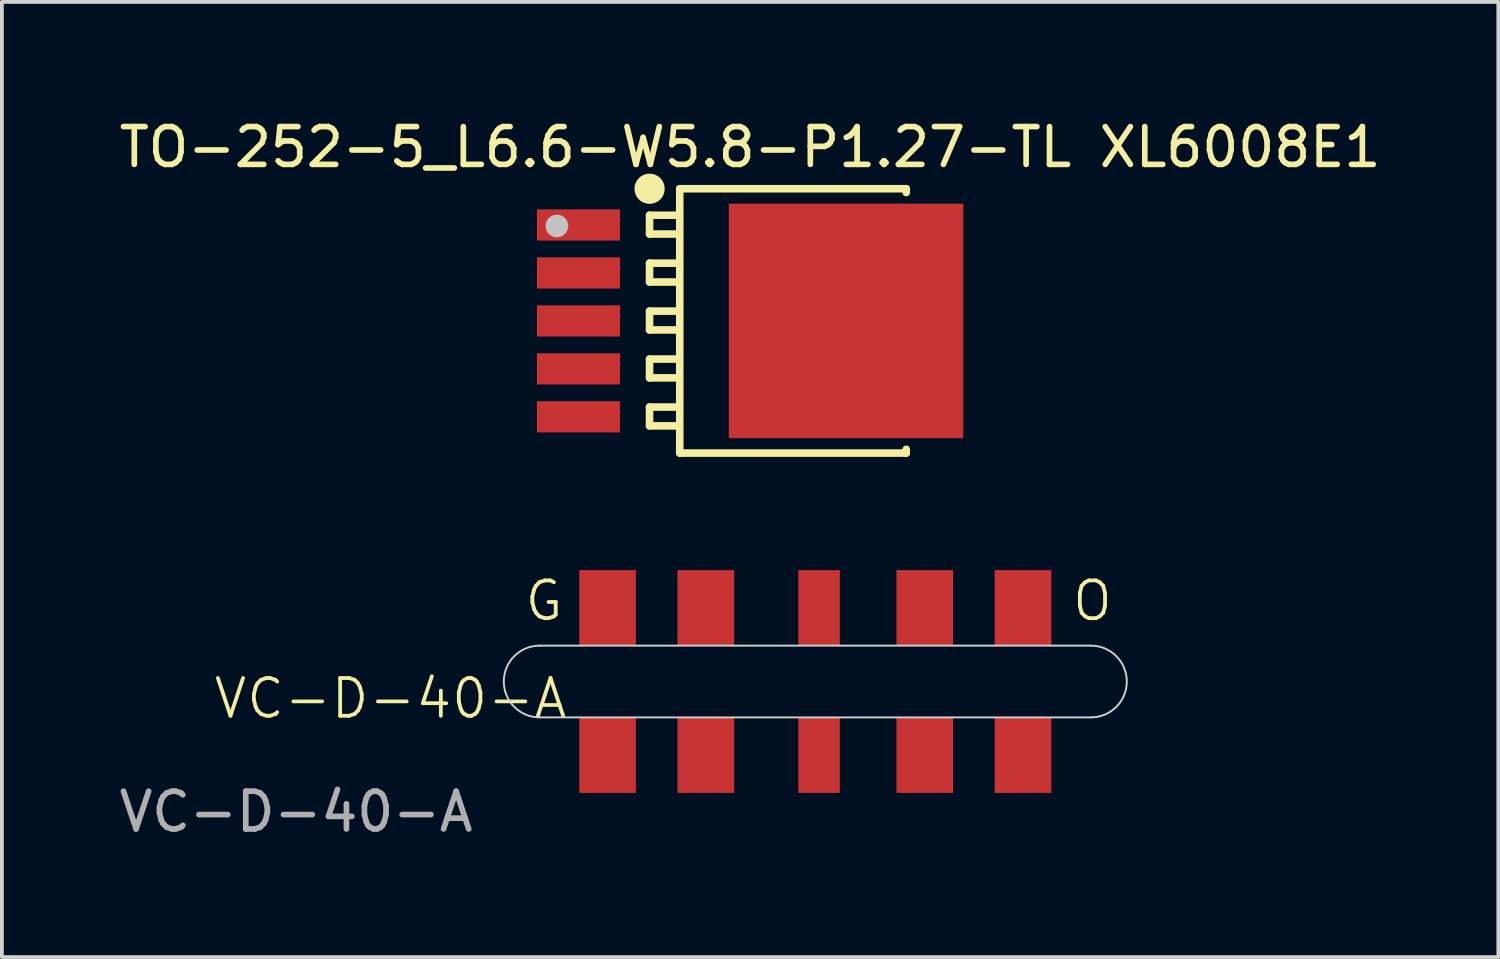
<source format=kicad_pcb>
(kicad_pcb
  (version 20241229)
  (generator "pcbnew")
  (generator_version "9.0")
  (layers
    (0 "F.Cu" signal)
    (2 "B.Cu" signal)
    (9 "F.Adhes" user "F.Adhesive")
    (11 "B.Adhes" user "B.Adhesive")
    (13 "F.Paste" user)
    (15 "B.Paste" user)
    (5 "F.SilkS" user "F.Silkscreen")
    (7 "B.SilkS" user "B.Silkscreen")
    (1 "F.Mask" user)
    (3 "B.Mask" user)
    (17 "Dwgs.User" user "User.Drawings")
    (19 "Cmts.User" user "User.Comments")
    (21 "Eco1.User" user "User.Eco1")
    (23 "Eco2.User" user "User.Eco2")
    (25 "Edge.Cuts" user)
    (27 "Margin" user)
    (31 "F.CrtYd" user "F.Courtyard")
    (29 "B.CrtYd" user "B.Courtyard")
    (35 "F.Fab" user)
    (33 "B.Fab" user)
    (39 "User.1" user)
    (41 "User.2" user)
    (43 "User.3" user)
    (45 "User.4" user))
  (footprint "TO-252-5_L6.6-W5.8-P1.27-TL XL6008E1"
    (layer "F.Cu")
    (at 15.813 5.449)
    (property "Reference" "TO-252-5_L6.6-W5.8-P1.27-TL XL6008E1" (at 1.003 -4.601 0) (unlocked yes) (layer "F.SilkS") (effects (font (size 1 1) (thickness 0.15))))
    (fp_line (start -1.661 -2.799) (end -0.963 -2.799) (stroke (width 0.201) (type default)) (layer "F.SilkS"))
    (fp_line (start -1.661 -2.301) (end -1.661 -2.799) (stroke (width 0.201) (type default)) (layer "F.SilkS"))
    (fp_line (start -1.661 -1.529) (end -1.661 -1.031) (stroke (width 0.201) (type default)) (layer "F.SilkS"))
    (fp_line (start -1.661 -1.031) (end -0.963 -1.031) (stroke (width 0.201) (type default)) (layer "F.SilkS"))
    (fp_line (start -1.661 -0.259) (end -1.661 0.239) (stroke (width 0.201) (type default)) (layer "F.SilkS"))
    (fp_line (start -1.661 0.239) (end -0.963 0.239) (stroke (width 0.201) (type default)) (layer "F.SilkS"))
    (fp_line (start -1.661 1.011) (end -1.661 1.509) (stroke (width 0.201) (type default)) (layer "F.SilkS"))
    (fp_line (start -1.661 1.509) (end -0.963 1.509) (stroke (width 0.201) (type default)) (layer "F.SilkS"))
    (fp_line (start -1.661 2.281) (end -1.661 2.779) (stroke (width 0.201) (type default)) (layer "F.SilkS"))
    (fp_line (start -1.661 2.779) (end -0.963 2.779) (stroke (width 0.201) (type default)) (layer "F.SilkS"))
    (fp_line (start -0.963 -2.301) (end -1.661 -2.301) (stroke (width 0.201) (type default)) (layer "F.SilkS"))
    (fp_line (start -0.963 -1.529) (end -1.661 -1.529) (stroke (width 0.201) (type default)) (layer "F.SilkS"))
    (fp_line (start -0.963 -0.259) (end -1.661 -0.259) (stroke (width 0.201) (type default)) (layer "F.SilkS"))
    (fp_line (start -0.963 1.011) (end -1.661 1.011) (stroke (width 0.201) (type default)) (layer "F.SilkS"))
    (fp_line (start -0.963 2.281) (end -1.661 2.281) (stroke (width 0.201) (type default)) (layer "F.SilkS"))
    (fp_line (start -0.861 -3.5) (end -0.861 3.5) (stroke (width 0.201) (type default)) (layer "F.SilkS"))
    (fp_line (start -0.861 3.5) (end 5.138 3.5) (stroke (width 0.201) (type default)) (layer "F.SilkS"))
    (fp_line (start 5.138 -3.5) (end -0.861 -3.5) (stroke (width 0.201) (type default)) (layer "F.SilkS"))
    (fp_line (start 5.138 -3.401) (end 5.138 -3.5) (stroke (width 0.201) (type default)) (layer "F.SilkS"))
    (fp_line (start 5.138 3.5) (end 5.138 3.401) (stroke (width 0.201) (type default)) (layer "F.SilkS"))
    (fp_arc (start -1.6585 -3.701) (mid -1.66025 -3.298995) (end -1.661 -3.701) (stroke (width 0.399) (type default)) (layer "F.SilkS"))
    (fp_circle (center -4.115 -2.514) (end -3.965 -2.514) (stroke (width 0.3) (type default)) (fill no) (layer "Dwgs.User"))
    (fp_poly (pts (xy -3.943 -2.275) (xy -3.943 -2.805) (xy -2.443 -2.805) (xy -2.443 -2.275)) (stroke (width 0.1) (type default)) (fill no) (layer "User.1"))
    (fp_poly (pts (xy -3.943 -1.005) (xy -3.943 -1.535) (xy -2.443 -1.535) (xy -2.443 -1.005)) (stroke (width 0.1) (type default)) (fill no) (layer "User.1"))
    (fp_poly (pts (xy -3.943 0.265) (xy -3.943 -0.265) (xy -2.443 -0.265) (xy -2.443 0.265)) (stroke (width 0.1) (type default)) (fill no) (layer "User.1"))
    (fp_poly (pts (xy -3.943 1.535) (xy -3.943 1.005) (xy -2.443 1.005) (xy -2.443 1.535)) (stroke (width 0.1) (type default)) (fill no) (layer "User.1"))
    (fp_poly (pts (xy -3.943 2.805) (xy -3.943 2.275) (xy -2.443 2.275) (xy -2.443 2.805)) (stroke (width 0.1) (type default)) (fill no) (layer "User.1"))
    (fp_poly (pts (xy -2.489 -2.286) (xy -2.489 -2.816) (xy -1.089 -2.816) (xy -1.089 -2.286)) (stroke (width 0.1) (type default)) (fill no) (layer "User.1"))
    (fp_poly (pts (xy -2.489 -1.016) (xy -2.489 -1.546) (xy -1.089 -1.546) (xy -1.089 -1.016)) (stroke (width 0.1) (type default)) (fill no) (layer "User.1"))
    (fp_poly (pts (xy -2.489 0.254) (xy -2.489 -0.276) (xy -1.089 -0.276) (xy -1.089 0.254)) (stroke (width 0.1) (type default)) (fill no) (layer "User.1"))
    (fp_poly (pts (xy -2.489 1.524) (xy -2.489 0.994) (xy -1.089 0.994) (xy -1.089 1.524)) (stroke (width 0.1) (type default)) (fill no) (layer "User.1"))
    (fp_poly (pts (xy -2.489 2.794) (xy -2.489 2.264) (xy -1.089 2.264) (xy -1.089 2.794)) (stroke (width 0.1) (type default)) (fill no) (layer "User.1"))
    (fp_poly (pts (xy 1.829 2.642) (xy 1.829 -2.659) (xy 5.829 -2.659) (xy 5.829 2.642)) (stroke (width 0.1) (type default)) (fill no) (layer "User.1"))
    (fp_line (start -1.143 -3.251) (end 4.357 -3.251) (stroke (width 0.051) (type default)) (layer "User.2"))
    (fp_line (start -1.143 3.249) (end -1.143 -3.251) (stroke (width 0.051) (type default)) (layer "User.2"))
    (fp_line (start 4.357 -3.251) (end 4.357 3.249) (stroke (width 0.051) (type default)) (layer "User.2"))
    (fp_line (start 4.357 3.249) (end -1.143 3.249) (stroke (width 0.051) (type default)) (layer "User.2"))
    (fp_poly (pts (xy -3.793 -3.124) (xy -3.813 -3.183) (xy -3.863 -3.219) (xy -3.924 -3.219) (xy -3.974 -3.183) (xy -3.994 -3.124) (xy -3.974 -3.065) (xy -3.924 -3.029) (xy -3.863 -3.029) (xy -3.813 -3.065)) (stroke (width 0.1) (type default)) (fill no) (layer "User.3"))
    (pad "1" smd rect (at -3.543 -2.54 270) (size 0.826 2.2) (layers "F.Cu" "F.Mask" "F.Paste"))
    (pad "2" smd rect (at -3.543 -1.27 270) (size 0.826 2.2) (layers "F.Cu" "F.Mask" "F.Paste"))
    (pad "3" smd rect (at -3.543 0 270) (size 0.826 2.2) (layers "F.Cu" "F.Mask" "F.Paste"))
    (pad "4" smd rect (at -3.543 1.27 270) (size 0.826 2.2) (layers "F.Cu" "F.Mask" "F.Paste"))
    (pad "5" smd rect (at -3.543 2.54 270) (size 0.826 2.2) (layers "F.Cu" "F.Mask" "F.Paste"))
    (pad "6" smd rect (at 3.543 0 270) (size 6.21 6.21) (layers "F.Cu" "F.Mask" "F.Paste")))
  (footprint "VC-D-40-A"
    (layer "F.Cu")
    (at 10.292 15.949)
    (property "Reference" "VC-D-40-A" (at -3 -0.5 0) (unlocked yes) (layer "F.SilkS") (effects (font (size 1 1) (thickness 0.1))))
    (attr through_hole)
    (fp_line (start 0.95 -1.9) (end 15.55 -1.9) (stroke (width 0.05) (type default)) (layer "Edge.Cuts"))
    (fp_line (start 15.55 0) (end 0.95 0) (stroke (width 0.05) (type default)) (layer "Edge.Cuts"))
    (fp_arc (start 0.95 0) (mid 0 -0.95) (end 0.95 -1.9) (stroke (width 0.05) (type default)) (layer "Edge.Cuts"))
    (fp_arc (start 15.55 -1.9) (mid 16.5 -0.95) (end 15.55 0) (stroke (width 0.05) (type default)) (layer "Edge.Cuts"))
    (fp_text user "G" (at 0.5 -2.5 0) (unlocked yes) (layer "F.SilkS") (effects (font (size 1 1) (thickness 0.1)) (justify left bottom)))
    (fp_text user "O" (at 15 -2.5 0) (unlocked yes) (layer "F.SilkS") (effects (font (size 1 1) (thickness 0.1)) (justify left bottom)))
    (fp_text user "${REFERENCE}" (at -5.5 2.5 0) (unlocked yes) (layer "F.Fab") (effects (font (size 1 1) (thickness 0.15))))
    (pad "1" smd rect (at 5.35 -2.9) (size 1.5 2) (layers "F.Cu" "F.Mask" "F.Paste"))
    (pad "1" smd rect (at 5.35 1) (size 1.5 2) (layers "F.Cu" "F.Mask" "F.Paste"))
    (pad "2" smd rect (at 2.75 -2.9) (size 1.5 2) (layers "F.Cu" "F.Mask" "F.Paste"))
    (pad "2" smd rect (at 2.75 1) (size 1.5 2) (layers "F.Cu" "F.Mask" "F.Paste"))
    (pad "2" smd rect (at 11.15 -2.9) (size 1.5 2) (layers "F.Cu" "F.Mask" "F.Paste"))
    (pad "2" smd rect (at 11.15 1) (size 1.5 2) (layers "F.Cu" "F.Mask" "F.Paste"))
    (pad "3" smd rect (at 8.35 -2.9) (size 1.1 2) (layers "F.Cu" "F.Mask" "F.Paste"))
    (pad "3" smd rect (at 8.35 1) (size 1.1 2) (layers "F.Cu" "F.Mask" "F.Paste"))
    (pad "4" smd rect (at 13.75 -2.9) (size 1.5 2) (layers "F.Cu" "F.Mask" "F.Paste"))
    (pad "4" smd rect (at 13.75 1) (size 1.5 2) (layers "F.Cu" "F.Mask" "F.Paste")))
  (gr_rect
    (start -3 -3)
    (end 36.631 22.297)
    (stroke (width 0.1) (type default))
    (fill no)
    (layer "Edge.Cuts")))
</source>
